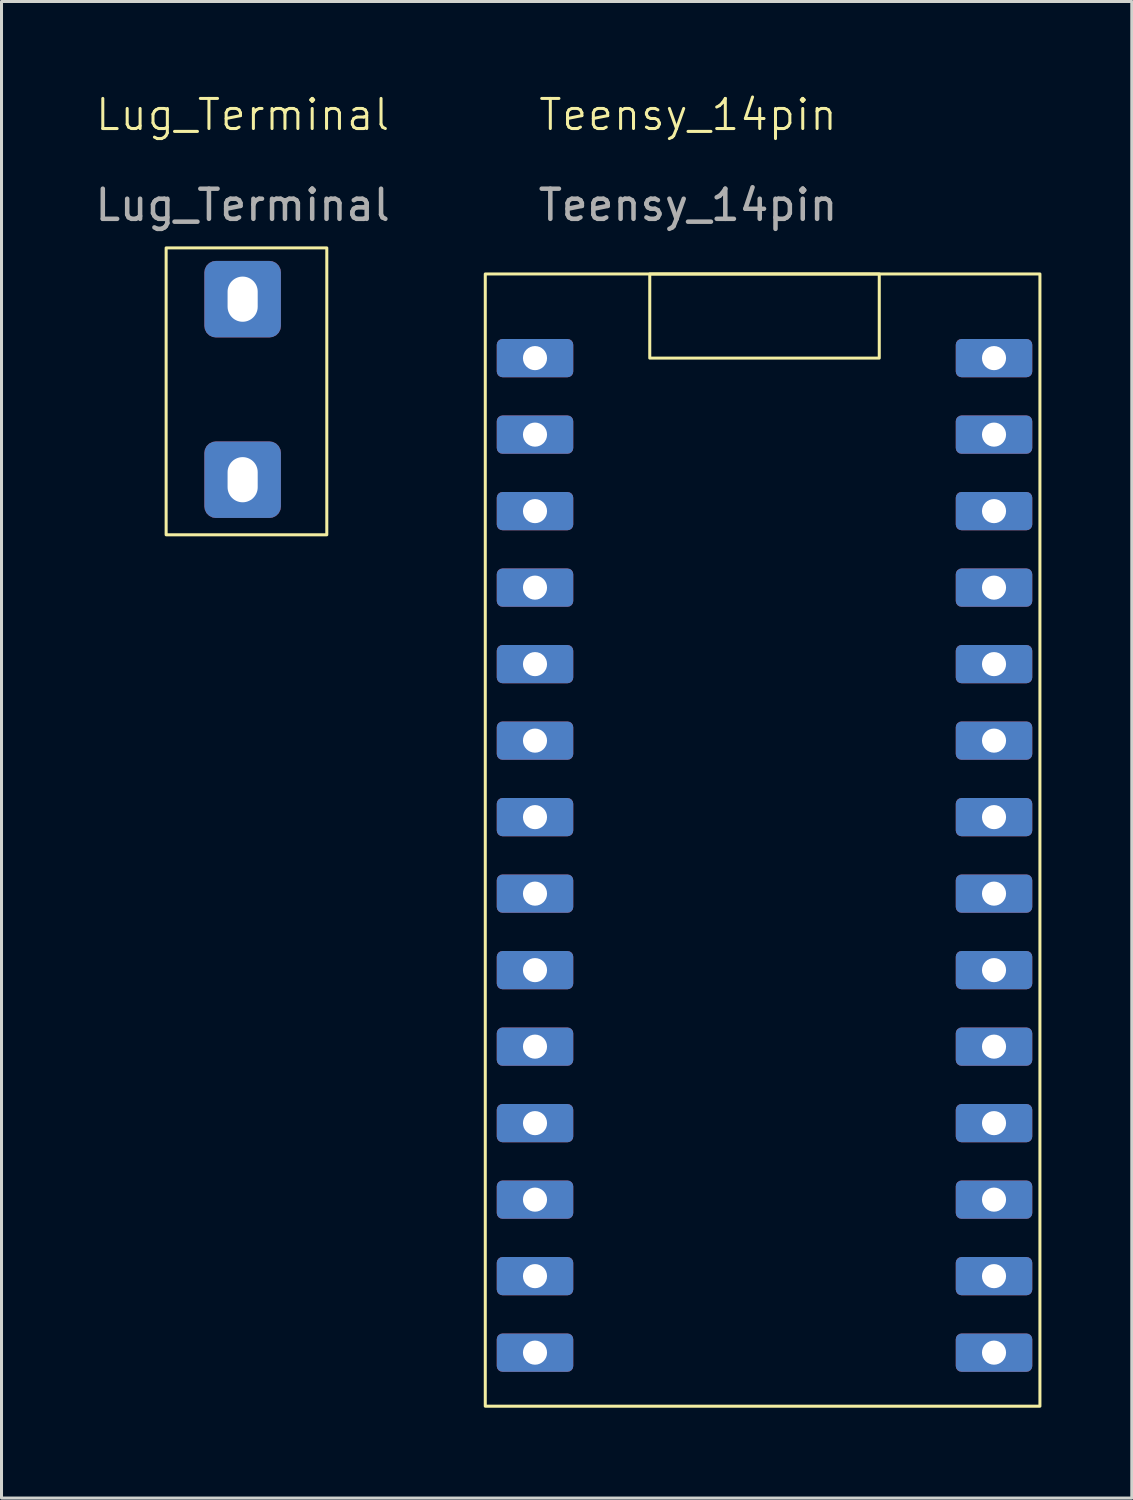
<source format=kicad_pcb>
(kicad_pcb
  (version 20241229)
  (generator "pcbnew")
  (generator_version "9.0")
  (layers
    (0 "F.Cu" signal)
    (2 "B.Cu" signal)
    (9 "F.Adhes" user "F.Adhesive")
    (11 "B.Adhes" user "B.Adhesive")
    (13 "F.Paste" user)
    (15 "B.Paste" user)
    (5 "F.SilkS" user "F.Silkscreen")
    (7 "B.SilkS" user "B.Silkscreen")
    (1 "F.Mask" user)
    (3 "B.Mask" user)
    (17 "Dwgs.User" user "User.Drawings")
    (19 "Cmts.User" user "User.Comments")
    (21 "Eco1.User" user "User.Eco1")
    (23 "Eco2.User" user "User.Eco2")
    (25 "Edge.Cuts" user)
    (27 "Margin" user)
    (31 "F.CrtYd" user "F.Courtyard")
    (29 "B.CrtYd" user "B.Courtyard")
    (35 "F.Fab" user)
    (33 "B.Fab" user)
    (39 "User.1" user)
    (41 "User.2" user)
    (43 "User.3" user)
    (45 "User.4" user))
  (footprint "Lug_Terminal"
    (layer "F.Cu")
    (at 5.006 10.134)
    (property "Reference" "Lug_Terminal" (at 0 -9.374 0) (unlocked yes) (layer "F.SilkS") (effects (font (size 1 1) (thickness 0.1))))
    (attr through_hole)
    (fp_rect (start -2.54 -4.953) (end 2.794 4.572) (stroke (width 0.1) (type default)) (fill no) (layer "F.SilkS"))
    (fp_text user "${REFERENCE}" (at 0 -6.374 0) (unlocked yes) (layer "F.Fab") (effects (font (size 1 1) (thickness 0.15))))
    (pad "1" thru_hole roundrect (at 0 -3.251) (size 2.54 2.54) (drill oval 1 1.5) (layers "*.Cu" "*.Mask") (roundrect_rratio 0.15))
    (pad "1" thru_hole roundrect (at 0 2.743) (size 2.54 2.54) (drill oval 1 1.5) (layers "*.Cu" "*.Mask") (roundrect_rratio 0.15)))
  (footprint "Teensy_14pin"
    (layer "F.Cu")
    (at 19.793 16.46)
    (property "Reference" "Teensy_14pin" (at 0 -15.7 0) (unlocked yes) (layer "F.SilkS") (effects (font (size 1 1) (thickness 0.1))))
    (attr through_hole)
    (fp_rect (start -6.731 -10.414) (end 11.684 27.178) (stroke (width 0.1) (type default)) (fill no) (layer "F.SilkS"))
    (fp_rect (start -1.27 -10.414) (end 6.35 -7.62) (stroke (width 0.1) (type default)) (fill no) (layer "F.SilkS"))
    (fp_text user "${REFERENCE}" (at 0 -12.7 0) (unlocked yes) (layer "F.Fab") (effects (font (size 1 1) (thickness 0.15))))
    (pad "1" thru_hole roundrect (at -5.08 -7.62) (size 2.54 1.27) (drill 0.8) (layers "*.Cu" "*.Mask") (roundrect_rratio 0.15))
    (pad "2" thru_hole roundrect (at -5.08 -5.08) (size 2.54 1.27) (drill 0.8) (layers "*.Cu" "*.Mask") (roundrect_rratio 0.15))
    (pad "3" thru_hole roundrect (at -5.08 -2.54) (size 2.54 1.27) (drill 0.8) (layers "*.Cu" "*.Mask") (roundrect_rratio 0.15))
    (pad "4" thru_hole roundrect (at -5.08 0) (size 2.54 1.27) (drill 0.8) (layers "*.Cu" "*.Mask") (roundrect_rratio 0.15))
    (pad "5" thru_hole roundrect (at -5.08 2.54) (size 2.54 1.27) (drill 0.8) (layers "*.Cu" "*.Mask") (roundrect_rratio 0.15))
    (pad "6" thru_hole roundrect (at -5.08 5.08) (size 2.54 1.27) (drill 0.8) (layers "*.Cu" "*.Mask") (roundrect_rratio 0.15))
    (pad "7" thru_hole roundrect (at -5.08 7.62) (size 2.54 1.27) (drill 0.8) (layers "*.Cu" "*.Mask") (roundrect_rratio 0.15))
    (pad "8" thru_hole roundrect (at -5.08 10.16) (size 2.54 1.27) (drill 0.8) (layers "*.Cu" "*.Mask") (roundrect_rratio 0.15))
    (pad "9" thru_hole roundrect (at -5.08 12.7) (size 2.54 1.27) (drill 0.8) (layers "*.Cu" "*.Mask") (roundrect_rratio 0.15))
    (pad "10" thru_hole roundrect (at -5.08 15.24) (size 2.54 1.27) (drill 0.8) (layers "*.Cu" "*.Mask") (roundrect_rratio 0.15))
    (pad "11" thru_hole roundrect (at -5.08 17.78) (size 2.54 1.27) (drill 0.8) (layers "*.Cu" "*.Mask") (roundrect_rratio 0.15))
    (pad "12" thru_hole roundrect (at -5.08 20.32) (size 2.54 1.27) (drill 0.8) (layers "*.Cu" "*.Mask") (roundrect_rratio 0.15))
    (pad "13" thru_hole roundrect (at -5.08 22.86) (size 2.54 1.27) (drill 0.8) (layers "*.Cu" "*.Mask") (roundrect_rratio 0.15))
    (pad "14" thru_hole roundrect (at -5.08 25.4) (size 2.54 1.27) (drill 0.8) (layers "*.Cu" "*.Mask") (roundrect_rratio 0.15))
    (pad "15" thru_hole roundrect (at 10.16 25.4) (size 2.54 1.27) (drill 0.8) (layers "*.Cu" "*.Mask") (roundrect_rratio 0.15))
    (pad "16" thru_hole roundrect (at 10.16 22.86) (size 2.54 1.27) (drill 0.8) (layers "*.Cu" "*.Mask") (roundrect_rratio 0.15))
    (pad "17" thru_hole roundrect (at 10.16 20.32) (size 2.54 1.27) (drill 0.8) (layers "*.Cu" "*.Mask") (roundrect_rratio 0.15))
    (pad "18" thru_hole roundrect (at 10.16 17.78) (size 2.54 1.27) (drill 0.8) (layers "*.Cu" "*.Mask") (roundrect_rratio 0.15))
    (pad "19" thru_hole roundrect (at 10.16 15.24) (size 2.54 1.27) (drill 0.8) (layers "*.Cu" "*.Mask") (roundrect_rratio 0.15))
    (pad "20" thru_hole roundrect (at 10.16 12.7) (size 2.54 1.27) (drill 0.8) (layers "*.Cu" "*.Mask") (roundrect_rratio 0.15))
    (pad "21" thru_hole roundrect (at 10.16 10.16) (size 2.54 1.27) (drill 0.8) (layers "*.Cu" "*.Mask") (roundrect_rratio 0.15))
    (pad "22" thru_hole roundrect (at 10.16 7.62) (size 2.54 1.27) (drill 0.8) (layers "*.Cu" "*.Mask") (roundrect_rratio 0.15))
    (pad "23" thru_hole roundrect (at 10.16 5.08) (size 2.54 1.27) (drill 0.8) (layers "*.Cu" "*.Mask") (roundrect_rratio 0.15))
    (pad "24" thru_hole roundrect (at 10.16 2.54) (size 2.54 1.27) (drill 0.8) (layers "*.Cu" "*.Mask") (roundrect_rratio 0.15))
    (pad "25" thru_hole roundrect (at 10.16 0) (size 2.54 1.27) (drill 0.8) (layers "*.Cu" "*.Mask") (roundrect_rratio 0.15))
    (pad "26" thru_hole roundrect (at 10.16 -2.54) (size 2.54 1.27) (drill 0.8) (layers "*.Cu" "*.Mask") (roundrect_rratio 0.15))
    (pad "27" thru_hole roundrect (at 10.16 -5.08) (size 2.54 1.27) (drill 0.8) (layers "*.Cu" "*.Mask") (roundrect_rratio 0.15))
    (pad "28" thru_hole roundrect (at 10.16 -7.62) (size 2.54 1.27) (drill 0.8) (layers "*.Cu" "*.Mask") (roundrect_rratio 0.15)))
  (gr_rect
    (start -3 -3)
    (end 34.527 46.688)
    (stroke (width 0.1) (type default))
    (fill no)
    (layer "Edge.Cuts")))
</source>
